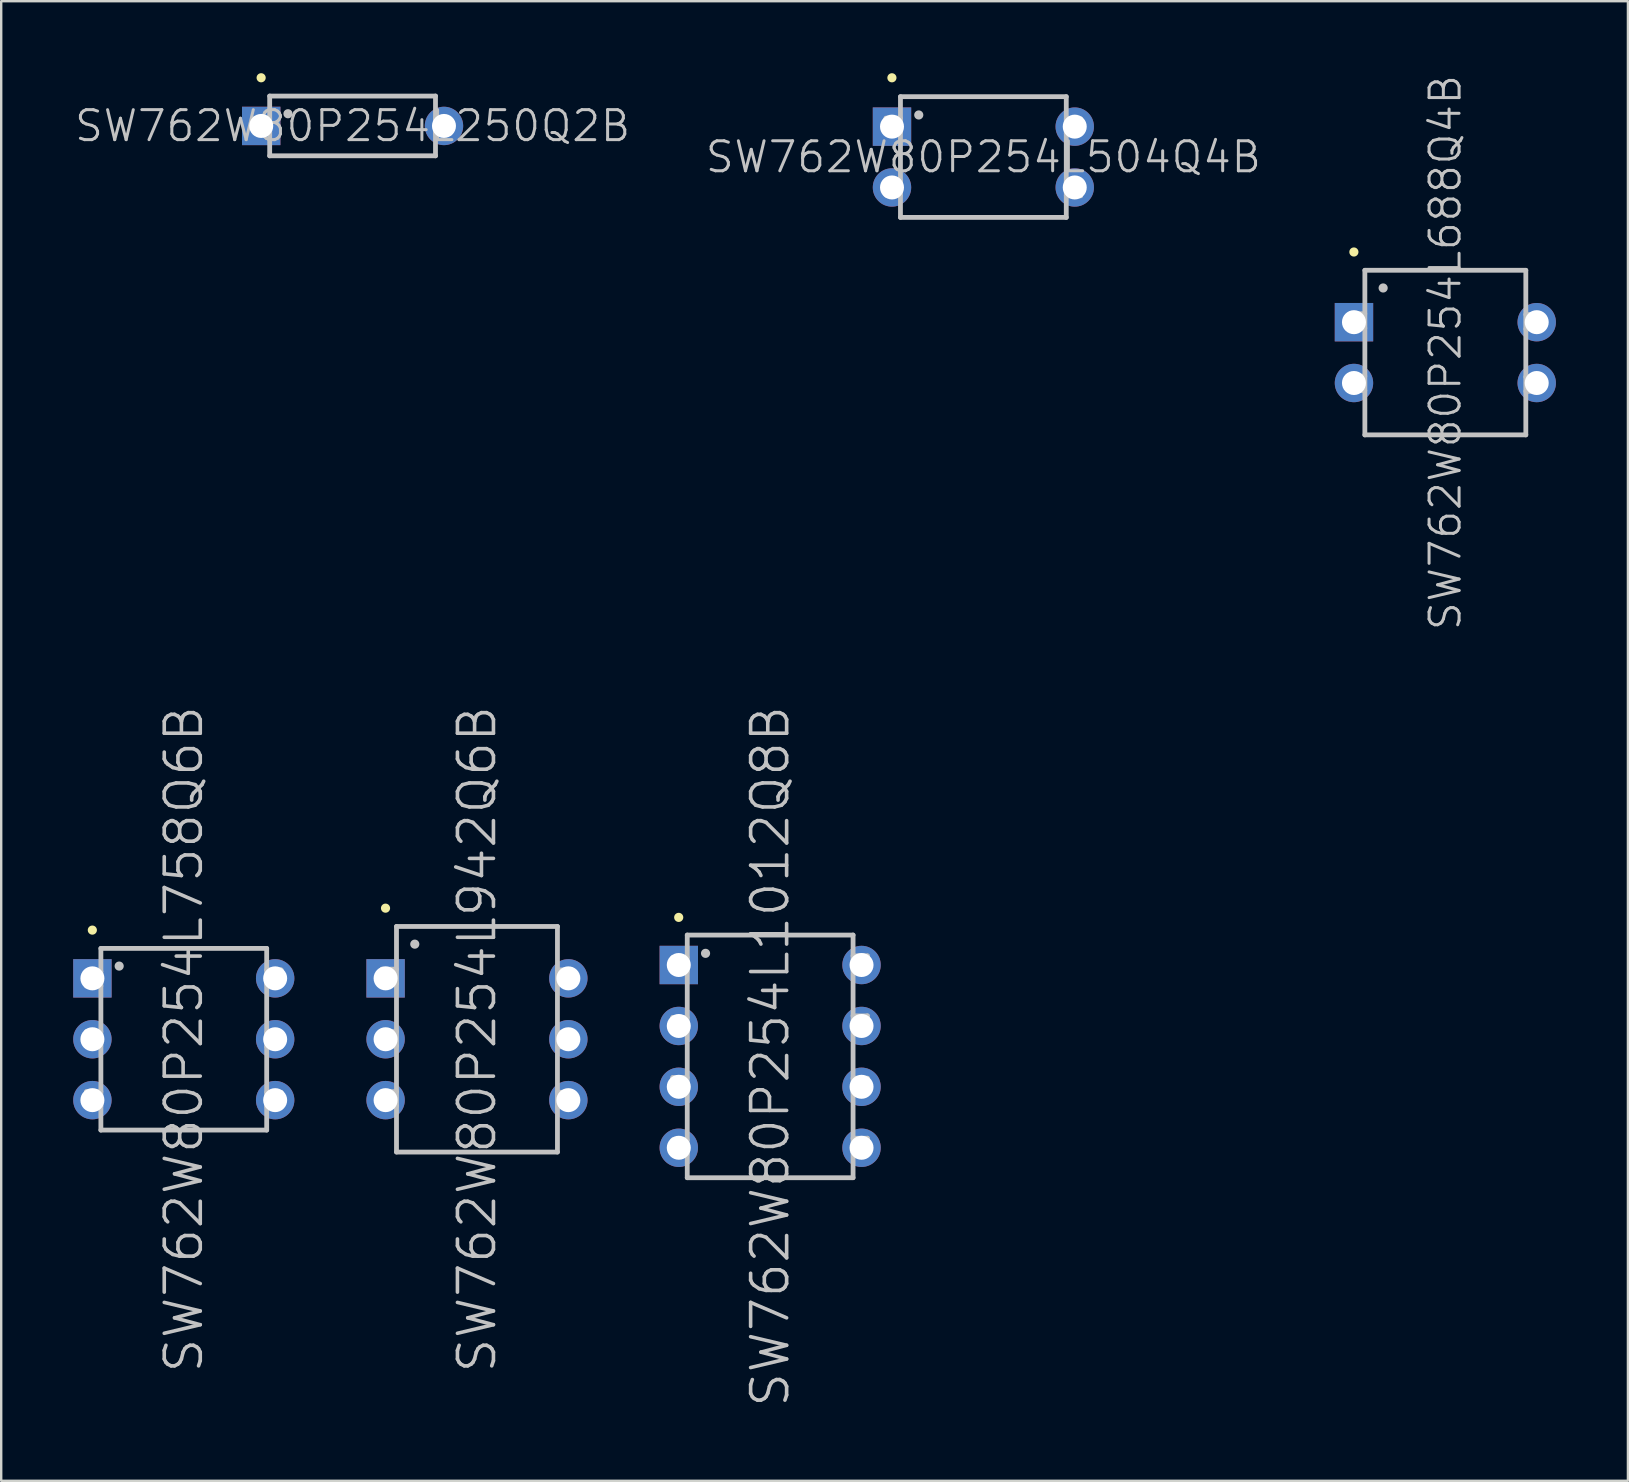
<source format=kicad_pcb>
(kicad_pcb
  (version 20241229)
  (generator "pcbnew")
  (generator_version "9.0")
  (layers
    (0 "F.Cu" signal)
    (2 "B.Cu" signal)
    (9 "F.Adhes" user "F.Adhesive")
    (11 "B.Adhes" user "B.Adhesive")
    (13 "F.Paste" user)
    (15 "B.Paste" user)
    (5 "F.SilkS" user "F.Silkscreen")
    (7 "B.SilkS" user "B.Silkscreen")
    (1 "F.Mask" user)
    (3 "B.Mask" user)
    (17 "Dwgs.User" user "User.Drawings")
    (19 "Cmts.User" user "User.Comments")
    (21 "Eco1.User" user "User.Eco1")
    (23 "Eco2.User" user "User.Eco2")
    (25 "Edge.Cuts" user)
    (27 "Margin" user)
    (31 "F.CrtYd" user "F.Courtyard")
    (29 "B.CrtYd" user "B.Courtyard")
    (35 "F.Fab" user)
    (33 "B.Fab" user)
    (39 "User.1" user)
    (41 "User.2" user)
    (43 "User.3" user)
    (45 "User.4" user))
  (footprint "SW762W80P254L942Q6B"
    (layer "F.Cu")
    (at 16.822 40.248)
    (property "Reference" "SW762W80P254L942Q6B" (at 0 0 90) (layer "Dwgs.User") (effects (font (size 1.5 1.5) (thickness 0.15))))
    (attr through_hole)
    (fp_line (start -3.81 -5.461) (end -3.81 -5.461) (stroke (width 0.381) (type solid)) (layer "F.SilkS"))
    (fp_line (start -3.955 -2.918) (end -3.955 -2.319) (stroke (width 0.2) (type solid)) (layer "Dwgs.User"))
    (fp_line (start -3.955 -2.319) (end -3.355 -2.319) (stroke (width 0.2) (type solid)) (layer "Dwgs.User"))
    (fp_line (start -3.955 -0.318) (end -3.955 0.282) (stroke (width 0.2) (type solid)) (layer "Dwgs.User"))
    (fp_line (start -3.955 0.282) (end -3.355 0.282) (stroke (width 0.2) (type solid)) (layer "Dwgs.User"))
    (fp_line (start -3.955 2.184) (end -3.955 2.784) (stroke (width 0.2) (type solid)) (layer "Dwgs.User"))
    (fp_line (start -3.955 2.784) (end -3.355 2.784) (stroke (width 0.2) (type solid)) (layer "Dwgs.User"))
    (fp_line (start -3.355 -2.918) (end -3.955 -2.918) (stroke (width 0.2) (type solid)) (layer "Dwgs.User"))
    (fp_line (start -3.355 -0.318) (end -3.955 -0.318) (stroke (width 0.2) (type solid)) (layer "Dwgs.User"))
    (fp_line (start -3.355 2.184) (end -3.955 2.184) (stroke (width 0.2) (type solid)) (layer "Dwgs.User"))
    (fp_line (start -3.353 -4.699) (end -3.353 4.699) (stroke (width 0.2) (type solid)) (layer "Dwgs.User"))
    (fp_line (start -3.353 -4.699) (end 3.353 -4.699) (stroke (width 0.2) (type solid)) (layer "Dwgs.User"))
    (fp_line (start -3.353 4.699) (end 3.353 4.699) (stroke (width 0.2) (type solid)) (layer "Dwgs.User"))
    (fp_line (start -2.591 -3.962) (end -2.591 -3.962) (stroke (width 0.381) (type solid)) (layer "Dwgs.User"))
    (fp_line (start 3.353 -4.699) (end 3.353 4.699) (stroke (width 0.2) (type solid)) (layer "Dwgs.User"))
    (fp_line (start 3.353 -2.289) (end 3.952 -2.289) (stroke (width 0.2) (type solid)) (layer "Dwgs.User"))
    (fp_line (start 3.353 0.312) (end 3.952 0.312) (stroke (width 0.2) (type solid)) (layer "Dwgs.User"))
    (fp_line (start 3.353 2.812) (end 3.952 2.812) (stroke (width 0.2) (type solid)) (layer "Dwgs.User"))
    (fp_line (start 3.952 -2.888) (end 3.353 -2.888) (stroke (width 0.2) (type solid)) (layer "Dwgs.User"))
    (fp_line (start 3.952 -2.289) (end 3.952 -2.888) (stroke (width 0.2) (type solid)) (layer "Dwgs.User"))
    (fp_line (start 3.952 -0.287) (end 3.353 -0.287) (stroke (width 0.2) (type solid)) (layer "Dwgs.User"))
    (fp_line (start 3.952 0.312) (end 3.952 -0.287) (stroke (width 0.2) (type solid)) (layer "Dwgs.User"))
    (fp_line (start 3.952 2.212) (end 3.353 2.212) (stroke (width 0.2) (type solid)) (layer "Dwgs.User"))
    (fp_line (start 3.952 2.812) (end 3.952 2.212) (stroke (width 0.2) (type solid)) (layer "Dwgs.User"))
    (pad "1" thru_hole rect (at -3.807 -2.537 180) (size 1.6 1.6) (drill 1) (layers "*.Cu" "*.Mask"))
    (pad "2" thru_hole circle (at -3.807 0 180) (size 1.6 1.6) (drill 1) (layers "*.Cu" "*.Mask"))
    (pad "3" thru_hole circle (at -3.807 2.537 180) (size 1.6 1.6) (drill 1) (layers "*.Cu" "*.Mask"))
    (pad "4" thru_hole circle (at 3.807 2.537 180) (size 1.6 1.6) (drill 1) (layers "*.Cu" "*.Mask"))
    (pad "5" thru_hole circle (at 3.807 0 180) (size 1.6 1.6) (drill 1) (layers "*.Cu" "*.Mask"))
    (pad "6" thru_hole circle (at 3.807 -2.537 180) (size 1.6 1.6) (drill 1) (layers "*.Cu" "*.Mask")))
  (footprint "SW762W80P254L504Q4B"
    (layer "F.Cu")
    (at 37.92 3.493)
    (property "Reference" "SW762W80P254L504Q4B" (at 0 0 0) (layer "Dwgs.User") (effects (font (size 1.25 1.25) (thickness 0.125))))
    (attr through_hole)
    (fp_line (start -3.81 -3.302) (end -3.81 -3.302) (stroke (width 0.381) (type solid)) (layer "F.SilkS"))
    (fp_line (start -4.056 -1.618) (end -4.056 -1.019) (stroke (width 0.2) (type solid)) (layer "Dwgs.User"))
    (fp_line (start -4.056 0.983) (end -4.056 1.582) (stroke (width 0.2) (type solid)) (layer "Dwgs.User"))
    (fp_line (start -4.054 -1.019) (end -3.454 -1.019) (stroke (width 0.2) (type solid)) (layer "Dwgs.User"))
    (fp_line (start -4.054 1.582) (end -3.454 1.582) (stroke (width 0.2) (type solid)) (layer "Dwgs.User"))
    (fp_line (start -3.454 -2.515) (end -3.454 2.515) (stroke (width 0.2) (type solid)) (layer "Dwgs.User"))
    (fp_line (start -3.454 -2.515) (end 3.454 -2.515) (stroke (width 0.2) (type solid)) (layer "Dwgs.User"))
    (fp_line (start -3.454 -1.618) (end -4.054 -1.618) (stroke (width 0.2) (type solid)) (layer "Dwgs.User"))
    (fp_line (start -3.454 0.983) (end -4.054 0.983) (stroke (width 0.2) (type solid)) (layer "Dwgs.User"))
    (fp_line (start -3.454 2.515) (end 3.454 2.515) (stroke (width 0.2) (type solid)) (layer "Dwgs.User"))
    (fp_line (start -2.692 -1.753) (end -2.692 -1.753) (stroke (width 0.381) (type solid)) (layer "Dwgs.User"))
    (fp_line (start 3.454 -2.515) (end 3.454 2.515) (stroke (width 0.2) (type solid)) (layer "Dwgs.User"))
    (fp_line (start 3.454 -0.988) (end 4.054 -0.988) (stroke (width 0.2) (type solid)) (layer "Dwgs.User"))
    (fp_line (start 3.454 1.613) (end 4.054 1.613) (stroke (width 0.2) (type solid)) (layer "Dwgs.User"))
    (fp_line (start 4.051 1.613) (end 4.051 1.013) (stroke (width 0.2) (type solid)) (layer "Dwgs.User"))
    (fp_line (start 4.054 -1.587) (end 3.454 -1.587) (stroke (width 0.2) (type solid)) (layer "Dwgs.User"))
    (fp_line (start 4.054 -0.988) (end 4.054 -1.587) (stroke (width 0.2) (type solid)) (layer "Dwgs.User"))
    (fp_line (start 4.054 1.013) (end 3.454 1.013) (stroke (width 0.2) (type solid)) (layer "Dwgs.User"))
    (pad "1" thru_hole rect (at -3.807 -1.267 180) (size 1.6 1.6) (drill 1) (layers "*.Cu" "*.Mask"))
    (pad "2" thru_hole circle (at -3.807 1.267 180) (size 1.6 1.6) (drill 1) (layers "*.Cu" "*.Mask"))
    (pad "3" thru_hole circle (at 3.807 1.267 180) (size 1.6 1.6) (drill 1) (layers "*.Cu" "*.Mask"))
    (pad "4" thru_hole circle (at 3.807 -1.267 180) (size 1.6 1.6) (drill 1) (layers "*.Cu" "*.Mask")))
  (footprint "SW762W80P254L250Q2B"
    (layer "F.Cu")
    (at 11.64 2.197)
    (property "Reference" "SW762W80P254L250Q2B" (at 0 0 0) (layer "Dwgs.User") (effects (font (size 1.25 1.25) (thickness 0.125))))
    (attr through_hole)
    (fp_line (start -3.81 -2.007) (end -3.81 -2.007) (stroke (width 0.381) (type solid)) (layer "F.SilkS"))
    (fp_line (start -4.054 -0.32) (end -4.054 0.279) (stroke (width 0.2) (type solid)) (layer "Dwgs.User"))
    (fp_line (start -4.054 0.279) (end -3.454 0.279) (stroke (width 0.2) (type solid)) (layer "Dwgs.User"))
    (fp_line (start -3.454 -1.245) (end -3.454 1.245) (stroke (width 0.2) (type solid)) (layer "Dwgs.User"))
    (fp_line (start -3.454 -1.245) (end 3.454 -1.245) (stroke (width 0.2) (type solid)) (layer "Dwgs.User"))
    (fp_line (start -3.454 -0.32) (end -4.054 -0.32) (stroke (width 0.2) (type solid)) (layer "Dwgs.User"))
    (fp_line (start -3.454 1.245) (end 3.454 1.245) (stroke (width 0.2) (type solid)) (layer "Dwgs.User"))
    (fp_line (start -2.692 -0.508) (end -2.692 -0.508) (stroke (width 0.381) (type solid)) (layer "Dwgs.User"))
    (fp_line (start 3.452 0.31) (end 4.051 0.31) (stroke (width 0.2) (type solid)) (layer "Dwgs.User"))
    (fp_line (start 3.454 -1.245) (end 3.454 1.245) (stroke (width 0.2) (type solid)) (layer "Dwgs.User"))
    (fp_line (start 4.051 -0.29) (end 3.452 -0.29) (stroke (width 0.2) (type solid)) (layer "Dwgs.User"))
    (fp_line (start 4.051 0.31) (end 4.051 -0.29) (stroke (width 0.2) (type solid)) (layer "Dwgs.User"))
    (pad "1" thru_hole rect (at -3.807 0 180) (size 1.6 1.6) (drill 1) (layers "*.Cu" "*.Mask"))
    (pad "2" thru_hole circle (at 3.807 0 180) (size 1.6 1.6) (drill 1) (layers "*.Cu" "*.Mask")))
  (footprint "SW762W80P254L758Q6B"
    (layer "F.Cu")
    (at 4.607 40.248)
    (property "Reference" "SW762W80P254L758Q6B" (at 0 0 90) (layer "Dwgs.User") (effects (font (size 1.5 1.5) (thickness 0.15))))
    (attr through_hole)
    (fp_line (start -3.81 -4.547) (end -3.81 -4.547) (stroke (width 0.381) (type solid)) (layer "F.SilkS"))
    (fp_line (start -4.056 -0.318) (end -4.056 0.282) (stroke (width 0.2) (type solid)) (layer "Dwgs.User"))
    (fp_line (start -4.056 0.282) (end -3.457 0.282) (stroke (width 0.2) (type solid)) (layer "Dwgs.User"))
    (fp_line (start -4.054 -2.819) (end -4.054 -2.22) (stroke (width 0.2) (type solid)) (layer "Dwgs.User"))
    (fp_line (start -4.054 -2.22) (end -3.454 -2.22) (stroke (width 0.2) (type solid)) (layer "Dwgs.User"))
    (fp_line (start -4.054 2.184) (end -4.054 2.784) (stroke (width 0.2) (type solid)) (layer "Dwgs.User"))
    (fp_line (start -4.054 2.784) (end -3.454 2.784) (stroke (width 0.2) (type solid)) (layer "Dwgs.User"))
    (fp_line (start -3.457 -0.318) (end -4.056 -0.318) (stroke (width 0.2) (type solid)) (layer "Dwgs.User"))
    (fp_line (start -3.454 -3.785) (end -3.454 3.785) (stroke (width 0.2) (type solid)) (layer "Dwgs.User"))
    (fp_line (start -3.454 -3.785) (end 3.454 -3.785) (stroke (width 0.2) (type solid)) (layer "Dwgs.User"))
    (fp_line (start -3.454 -2.819) (end -4.054 -2.819) (stroke (width 0.2) (type solid)) (layer "Dwgs.User"))
    (fp_line (start -3.454 2.184) (end -4.054 2.184) (stroke (width 0.2) (type solid)) (layer "Dwgs.User"))
    (fp_line (start -3.454 3.785) (end 3.454 3.785) (stroke (width 0.2) (type solid)) (layer "Dwgs.User"))
    (fp_line (start -2.692 -3.048) (end -2.692 -3.048) (stroke (width 0.381) (type solid)) (layer "Dwgs.User"))
    (fp_line (start 3.454 -3.785) (end 3.454 3.785) (stroke (width 0.2) (type solid)) (layer "Dwgs.User"))
    (fp_line (start 3.454 -2.289) (end 4.054 -2.289) (stroke (width 0.2) (type solid)) (layer "Dwgs.User"))
    (fp_line (start 3.454 0.312) (end 4.054 0.312) (stroke (width 0.2) (type solid)) (layer "Dwgs.User"))
    (fp_line (start 3.454 2.812) (end 4.054 2.812) (stroke (width 0.2) (type solid)) (layer "Dwgs.User"))
    (fp_line (start 4.054 -2.888) (end 3.454 -2.888) (stroke (width 0.2) (type solid)) (layer "Dwgs.User"))
    (fp_line (start 4.054 -2.289) (end 4.054 -2.888) (stroke (width 0.2) (type solid)) (layer "Dwgs.User"))
    (fp_line (start 4.054 -0.287) (end 3.454 -0.287) (stroke (width 0.2) (type solid)) (layer "Dwgs.User"))
    (fp_line (start 4.054 0.312) (end 4.054 -0.287) (stroke (width 0.2) (type solid)) (layer "Dwgs.User"))
    (fp_line (start 4.054 2.212) (end 3.454 2.212) (stroke (width 0.2) (type solid)) (layer "Dwgs.User"))
    (fp_line (start 4.054 2.812) (end 4.054 2.212) (stroke (width 0.2) (type solid)) (layer "Dwgs.User"))
    (pad "1" thru_hole rect (at -3.807 -2.537 180) (size 1.6 1.6) (drill 1) (layers "*.Cu" "*.Mask"))
    (pad "2" thru_hole circle (at -3.807 0 180) (size 1.6 1.6) (drill 1) (layers "*.Cu" "*.Mask"))
    (pad "3" thru_hole circle (at -3.807 2.537 180) (size 1.6 1.6) (drill 1) (layers "*.Cu" "*.Mask"))
    (pad "4" thru_hole circle (at 3.807 2.537 180) (size 1.6 1.6) (drill 1) (layers "*.Cu" "*.Mask"))
    (pad "5" thru_hole circle (at 3.807 0 180) (size 1.6 1.6) (drill 1) (layers "*.Cu" "*.Mask"))
    (pad "6" thru_hole circle (at 3.807 -2.537 180) (size 1.6 1.6) (drill 1) (layers "*.Cu" "*.Mask")))
  (footprint "SW762W80P254L688Q4B"
    (layer "F.Cu")
    (at 57.167 11.64)
    (property "Reference" "SW762W80P254L688Q4B" (at 0 0 90) (layer "Dwgs.User") (effects (font (size 1.25 1.25) (thickness 0.125))))
    (attr through_hole)
    (fp_line (start -3.81 -4.191) (end -3.81 -4.191) (stroke (width 0.381) (type solid)) (layer "F.SilkS"))
    (fp_line (start -3.955 -1.618) (end -3.955 -1.019) (stroke (width 0.2) (type solid)) (layer "Dwgs.User"))
    (fp_line (start -3.955 -1.019) (end -3.355 -1.019) (stroke (width 0.2) (type solid)) (layer "Dwgs.User"))
    (fp_line (start -3.955 0.983) (end -3.955 1.582) (stroke (width 0.2) (type solid)) (layer "Dwgs.User"))
    (fp_line (start -3.955 1.582) (end -3.355 1.582) (stroke (width 0.2) (type solid)) (layer "Dwgs.User"))
    (fp_line (start -3.355 -1.618) (end -3.955 -1.618) (stroke (width 0.2) (type solid)) (layer "Dwgs.User"))
    (fp_line (start -3.355 0.983) (end -3.955 0.983) (stroke (width 0.2) (type solid)) (layer "Dwgs.User"))
    (fp_line (start -3.353 -3.429) (end -3.353 3.429) (stroke (width 0.2) (type solid)) (layer "Dwgs.User"))
    (fp_line (start -3.353 -3.429) (end 3.353 -3.429) (stroke (width 0.2) (type solid)) (layer "Dwgs.User"))
    (fp_line (start -3.353 3.429) (end 3.353 3.429) (stroke (width 0.2) (type solid)) (layer "Dwgs.User"))
    (fp_line (start -2.591 -2.692) (end -2.591 -2.692) (stroke (width 0.381) (type solid)) (layer "Dwgs.User"))
    (fp_line (start 3.353 -3.429) (end 3.353 3.429) (stroke (width 0.2) (type solid)) (layer "Dwgs.User"))
    (fp_line (start 3.353 -0.988) (end 3.952 -0.988) (stroke (width 0.2) (type solid)) (layer "Dwgs.User"))
    (fp_line (start 3.353 1.613) (end 3.952 1.613) (stroke (width 0.2) (type solid)) (layer "Dwgs.User"))
    (fp_line (start 3.952 -1.587) (end 3.353 -1.587) (stroke (width 0.2) (type solid)) (layer "Dwgs.User"))
    (fp_line (start 3.952 -0.988) (end 3.952 -1.587) (stroke (width 0.2) (type solid)) (layer "Dwgs.User"))
    (fp_line (start 3.952 1.013) (end 3.353 1.013) (stroke (width 0.2) (type solid)) (layer "Dwgs.User"))
    (fp_line (start 3.952 1.613) (end 3.952 1.013) (stroke (width 0.2) (type solid)) (layer "Dwgs.User"))
    (pad "1" thru_hole rect (at -3.807 -1.267 180) (size 1.6 1.6) (drill 1) (layers "*.Cu" "*.Mask"))
    (pad "2" thru_hole circle (at -3.807 1.267 180) (size 1.6 1.6) (drill 1) (layers "*.Cu" "*.Mask"))
    (pad "3" thru_hole circle (at 3.807 1.267 180) (size 1.6 1.6) (drill 1) (layers "*.Cu" "*.Mask"))
    (pad "4" thru_hole circle (at 3.807 -1.267 180) (size 1.6 1.6) (drill 1) (layers "*.Cu" "*.Mask")))
  (footprint "SW762W80P254L1012Q8B"
    (layer "F.Cu")
    (at 29.037 40.962)
    (property "Reference" "SW762W80P254L1012Q8B" (at 0 0 90) (layer "Dwgs.User") (effects (font (size 1.5 1.5) (thickness 0.15))))
    (attr through_hole)
    (fp_line (start -3.81 -5.791) (end -3.81 -5.791) (stroke (width 0.381) (type solid)) (layer "F.SilkS"))
    (fp_line (start -4.056 -1.618) (end -4.056 -1.019) (stroke (width 0.2) (type solid)) (layer "Dwgs.User"))
    (fp_line (start -4.056 -1.019) (end -3.457 -1.019) (stroke (width 0.2) (type solid)) (layer "Dwgs.User"))
    (fp_line (start -4.056 0.884) (end -4.056 1.483) (stroke (width 0.2) (type solid)) (layer "Dwgs.User"))
    (fp_line (start -4.056 1.483) (end -3.457 1.483) (stroke (width 0.2) (type solid)) (layer "Dwgs.User"))
    (fp_line (start -4.054 -4.117) (end -4.054 -3.518) (stroke (width 0.2) (type solid)) (layer "Dwgs.User"))
    (fp_line (start -4.054 -3.518) (end -3.454 -3.518) (stroke (width 0.2) (type solid)) (layer "Dwgs.User"))
    (fp_line (start -4.054 3.482) (end -4.054 4.082) (stroke (width 0.2) (type solid)) (layer "Dwgs.User"))
    (fp_line (start -4.054 4.082) (end -3.454 4.082) (stroke (width 0.2) (type solid)) (layer "Dwgs.User"))
    (fp_line (start -3.457 -1.618) (end -4.056 -1.618) (stroke (width 0.2) (type solid)) (layer "Dwgs.User"))
    (fp_line (start -3.457 0.884) (end -4.056 0.884) (stroke (width 0.2) (type solid)) (layer "Dwgs.User"))
    (fp_line (start -3.454 -5.055) (end -3.454 5.055) (stroke (width 0.2) (type solid)) (layer "Dwgs.User"))
    (fp_line (start -3.454 -5.055) (end 3.454 -5.055) (stroke (width 0.2) (type solid)) (layer "Dwgs.User"))
    (fp_line (start -3.454 -4.117) (end -4.054 -4.117) (stroke (width 0.2) (type solid)) (layer "Dwgs.User"))
    (fp_line (start -3.454 3.482) (end -4.054 3.482) (stroke (width 0.2) (type solid)) (layer "Dwgs.User"))
    (fp_line (start -3.454 5.055) (end 3.454 5.055) (stroke (width 0.2) (type solid)) (layer "Dwgs.User"))
    (fp_line (start -2.692 -4.293) (end -2.692 -4.293) (stroke (width 0.381) (type solid)) (layer "Dwgs.User"))
    (fp_line (start 3.452 -3.589) (end 4.051 -3.589) (stroke (width 0.2) (type solid)) (layer "Dwgs.User"))
    (fp_line (start 3.452 -1.09) (end 4.051 -1.09) (stroke (width 0.2) (type solid)) (layer "Dwgs.User"))
    (fp_line (start 3.452 1.511) (end 4.051 1.511) (stroke (width 0.2) (type solid)) (layer "Dwgs.User"))
    (fp_line (start 3.452 4.011) (end 4.051 4.011) (stroke (width 0.2) (type solid)) (layer "Dwgs.User"))
    (fp_line (start 3.454 -5.055) (end 3.454 5.055) (stroke (width 0.2) (type solid)) (layer "Dwgs.User"))
    (fp_line (start 4.051 -4.188) (end 3.452 -4.188) (stroke (width 0.2) (type solid)) (layer "Dwgs.User"))
    (fp_line (start 4.051 -3.589) (end 4.051 -4.188) (stroke (width 0.2) (type solid)) (layer "Dwgs.User"))
    (fp_line (start 4.051 -1.689) (end 3.452 -1.689) (stroke (width 0.2) (type solid)) (layer "Dwgs.User"))
    (fp_line (start 4.051 -1.09) (end 4.051 -1.689) (stroke (width 0.2) (type solid)) (layer "Dwgs.User"))
    (fp_line (start 4.051 0.912) (end 3.452 0.912) (stroke (width 0.2) (type solid)) (layer "Dwgs.User"))
    (fp_line (start 4.051 1.511) (end 4.051 0.912) (stroke (width 0.2) (type solid)) (layer "Dwgs.User"))
    (fp_line (start 4.051 3.411) (end 3.452 3.411) (stroke (width 0.2) (type solid)) (layer "Dwgs.User"))
    (fp_line (start 4.051 4.011) (end 4.051 3.411) (stroke (width 0.2) (type solid)) (layer "Dwgs.User"))
    (pad "1" thru_hole rect (at -3.807 -3.807 180) (size 1.6 1.6) (drill 1) (layers "*.Cu" "*.Mask"))
    (pad "2" thru_hole circle (at -3.807 -1.267 180) (size 1.6 1.6) (drill 1) (layers "*.Cu" "*.Mask"))
    (pad "3" thru_hole circle (at -3.807 1.267 180) (size 1.6 1.6) (drill 1) (layers "*.Cu" "*.Mask"))
    (pad "4" thru_hole circle (at -3.807 3.807 180) (size 1.6 1.6) (drill 1) (layers "*.Cu" "*.Mask"))
    (pad "5" thru_hole circle (at 3.807 3.807 180) (size 1.6 1.6) (drill 1) (layers "*.Cu" "*.Mask"))
    (pad "6" thru_hole circle (at 3.807 1.267 180) (size 1.6 1.6) (drill 1) (layers "*.Cu" "*.Mask"))
    (pad "7" thru_hole circle (at 3.807 -1.267 180) (size 1.6 1.6) (drill 1) (layers "*.Cu" "*.Mask"))
    (pad "8" thru_hole circle (at 3.807 -3.807 180) (size 1.6 1.6) (drill 1) (layers "*.Cu" "*.Mask")))
  (gr_rect
    (start -3 -3)
    (end 64.774 58.644)
    (stroke (width 0.1) (type default))
    (fill no)
    (layer "Edge.Cuts")))
</source>
